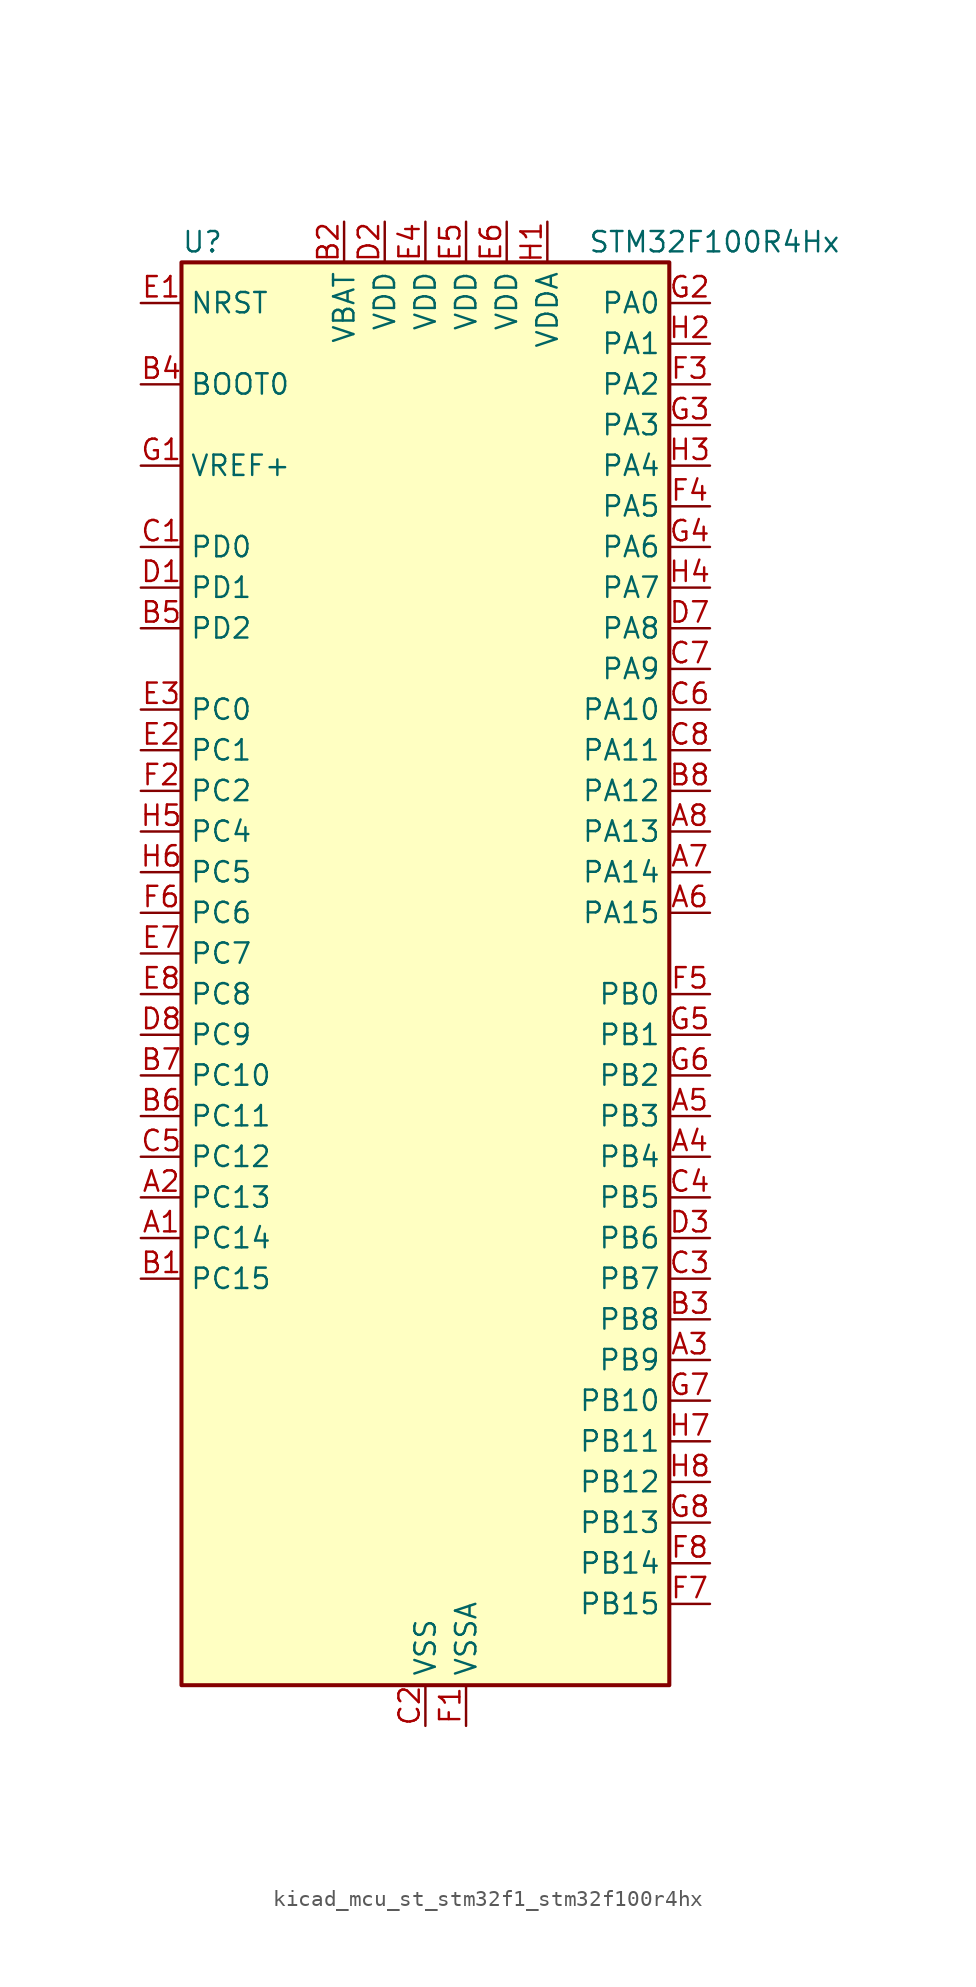
<source format=kicad_sym>
(kicad_symbol_lib
  (version 20220914)
  (generator kicad_symbol_editor)
  (symbol "kicad_mcu_st_stm32f1_stm32f100r4hx"
    (property "Reference" "U"
      (at -15.24 46.99 0)
      (effects (font (size 1.27 1.27)) (justify left)))
    (property "Value" "STM32F100R4Hx"
      (at 10.16 46.99 0)
      (effects (font (size 1.27 1.27)) (justify left)))
    (property "ki_locked" ""
      (at 0 0 0)
      (effects (font (size 1.27 1.27))))
    (symbol "kicad_mcu_st_stm32f1_stm32f100r4hx_0_1"
      (rectangle (start -15.24 -43.18) (end 15.24 45.72) (stroke (width 0.254) (type default)) (fill (type background))))
    (symbol "kicad_mcu_st_stm32f1_stm32f100r4hx_1_1"
      (pin bidirectional line (at -17.78 -15.24 0) (length 2.54) (name "PC14" (effects (font (size 1.27 1.27)))) (number "A1" (effects (font (size 1.27 1.27)))) (alternate "RCC_OSC32_IN" bidirectional line))
      (pin bidirectional line (at -17.78 -12.7 0) (length 2.54) (name "PC13" (effects (font (size 1.27 1.27)))) (number "A2" (effects (font (size 1.27 1.27)))) (alternate "RTC_OUT" bidirectional line) (alternate "RTC_TAMPER" bidirectional line))
      (pin bidirectional line (at 17.78 -22.86 180) (length 2.54) (name "PB9" (effects (font (size 1.27 1.27)))) (number "A3" (effects (font (size 1.27 1.27)))) (alternate "DAC_EXTI9" bidirectional line) (alternate "I2C1_SDA" bidirectional line) (alternate "TIM17_CH1" bidirectional line))
      (pin bidirectional line (at 17.78 -10.16 180) (length 2.54) (name "PB4" (effects (font (size 1.27 1.27)))) (number "A4" (effects (font (size 1.27 1.27)))) (alternate "SPI1_MISO" bidirectional line) (alternate "SYS_NJTRST" bidirectional line) (alternate "TIM3_CH1" bidirectional line))
      (pin bidirectional line (at 17.78 -7.62 180) (length 2.54) (name "PB3" (effects (font (size 1.27 1.27)))) (number "A5" (effects (font (size 1.27 1.27)))) (alternate "SPI1_SCK" bidirectional line) (alternate "SYS_JTDO-TRACESWO" bidirectional line) (alternate "TIM2_CH2" bidirectional line))
      (pin bidirectional line (at 17.78 5.08 180) (length 2.54) (name "PA15" (effects (font (size 1.27 1.27)))) (number "A6" (effects (font (size 1.27 1.27)))) (alternate "ADC1_EXTI15" bidirectional line) (alternate "SPI1_NSS" bidirectional line) (alternate "SYS_JTDI" bidirectional line) (alternate "TIM2_CH1" bidirectional line) (alternate "TIM2_ETR" bidirectional line))
      (pin bidirectional line (at 17.78 7.62 180) (length 2.54) (name "PA14" (effects (font (size 1.27 1.27)))) (number "A7" (effects (font (size 1.27 1.27)))) (alternate "SYS_JTCK-SWCLK" bidirectional line))
      (pin bidirectional line (at 17.78 10.16 180) (length 2.54) (name "PA13" (effects (font (size 1.27 1.27)))) (number "A8" (effects (font (size 1.27 1.27)))) (alternate "SYS_JTMS-SWDIO" bidirectional line))
      (pin bidirectional line (at -17.78 -17.78 0) (length 2.54) (name "PC15" (effects (font (size 1.27 1.27)))) (number "B1" (effects (font (size 1.27 1.27)))) (alternate "ADC1_EXTI15" bidirectional line) (alternate "RCC_OSC32_OUT" bidirectional line))
      (pin power_in line (at -5.08 48.26 270) (length 2.54) (name "VBAT" (effects (font (size 1.27 1.27)))) (number "B2" (effects (font (size 1.27 1.27)))))
      (pin bidirectional line (at 17.78 -20.32 180) (length 2.54) (name "PB8" (effects (font (size 1.27 1.27)))) (number "B3" (effects (font (size 1.27 1.27)))) (alternate "CEC" bidirectional line) (alternate "I2C1_SCL" bidirectional line) (alternate "TIM16_CH1" bidirectional line))
      (pin input line (at -17.78 38.1 0) (length 2.54) (name "BOOT0" (effects (font (size 1.27 1.27)))) (number "B4" (effects (font (size 1.27 1.27)))))
      (pin bidirectional line (at -17.78 22.86 0) (length 2.54) (name "PD2" (effects (font (size 1.27 1.27)))) (number "B5" (effects (font (size 1.27 1.27)))) (alternate "TIM3_ETR" bidirectional line))
      (pin bidirectional line (at -17.78 -7.62 0) (length 2.54) (name "PC11" (effects (font (size 1.27 1.27)))) (number "B6" (effects (font (size 1.27 1.27)))) (alternate "ADC1_EXTI11" bidirectional line))
      (pin bidirectional line (at -17.78 -5.08 0) (length 2.54) (name "PC10" (effects (font (size 1.27 1.27)))) (number "B7" (effects (font (size 1.27 1.27)))))
      (pin bidirectional line (at 17.78 12.7 180) (length 2.54) (name "PA12" (effects (font (size 1.27 1.27)))) (number "B8" (effects (font (size 1.27 1.27)))) (alternate "TIM1_ETR" bidirectional line) (alternate "USART1_RTS" bidirectional line))
      (pin bidirectional line (at -17.78 27.94 0) (length 2.54) (name "PD0" (effects (font (size 1.27 1.27)))) (number "C1" (effects (font (size 1.27 1.27)))) (alternate "RCC_OSC_IN" bidirectional line))
      (pin power_in line (at 0 -45.72 90) (length 2.54) (name "VSS" (effects (font (size 1.27 1.27)))) (number "C2" (effects (font (size 1.27 1.27)))))
      (pin bidirectional line (at 17.78 -17.78 180) (length 2.54) (name "PB7" (effects (font (size 1.27 1.27)))) (number "C3" (effects (font (size 1.27 1.27)))) (alternate "I2C1_SDA" bidirectional line) (alternate "TIM17_CH1N" bidirectional line) (alternate "USART1_RX" bidirectional line))
      (pin bidirectional line (at 17.78 -12.7 180) (length 2.54) (name "PB5" (effects (font (size 1.27 1.27)))) (number "C4" (effects (font (size 1.27 1.27)))) (alternate "I2C1_SMBA" bidirectional line) (alternate "SPI1_MOSI" bidirectional line) (alternate "TIM16_BKIN" bidirectional line) (alternate "TIM3_CH2" bidirectional line))
      (pin bidirectional line (at -17.78 -10.16 0) (length 2.54) (name "PC12" (effects (font (size 1.27 1.27)))) (number "C5" (effects (font (size 1.27 1.27)))))
      (pin bidirectional line (at 17.78 17.78 180) (length 2.54) (name "PA10" (effects (font (size 1.27 1.27)))) (number "C6" (effects (font (size 1.27 1.27)))) (alternate "TIM17_BKIN" bidirectional line) (alternate "TIM1_CH3" bidirectional line) (alternate "USART1_RX" bidirectional line))
      (pin bidirectional line (at 17.78 20.32 180) (length 2.54) (name "PA9" (effects (font (size 1.27 1.27)))) (number "C7" (effects (font (size 1.27 1.27)))) (alternate "DAC_EXTI9" bidirectional line) (alternate "TIM15_BKIN" bidirectional line) (alternate "TIM1_CH2" bidirectional line) (alternate "USART1_TX" bidirectional line))
      (pin bidirectional line (at 17.78 15.24 180) (length 2.54) (name "PA11" (effects (font (size 1.27 1.27)))) (number "C8" (effects (font (size 1.27 1.27)))) (alternate "ADC1_EXTI11" bidirectional line) (alternate "TIM1_CH4" bidirectional line) (alternate "USART1_CTS" bidirectional line))
      (pin bidirectional line (at -17.78 25.4 0) (length 2.54) (name "PD1" (effects (font (size 1.27 1.27)))) (number "D1" (effects (font (size 1.27 1.27)))) (alternate "RCC_OSC_OUT" bidirectional line))
      (pin power_in line (at -2.54 48.26 270) (length 2.54) (name "VDD" (effects (font (size 1.27 1.27)))) (number "D2" (effects (font (size 1.27 1.27)))))
      (pin bidirectional line (at 17.78 -15.24 180) (length 2.54) (name "PB6" (effects (font (size 1.27 1.27)))) (number "D3" (effects (font (size 1.27 1.27)))) (alternate "I2C1_SCL" bidirectional line) (alternate "TIM16_CH1N" bidirectional line) (alternate "USART1_TX" bidirectional line))
      (pin passive line (at 0 -45.72 90) (length 2.54) hide (name "VSS" (effects (font (size 1.27 1.27)))) (number "D4" (effects (font (size 1.27 1.27)))))
      (pin passive line (at 0 -45.72 90) (length 2.54) hide (name "VSS" (effects (font (size 1.27 1.27)))) (number "D5" (effects (font (size 1.27 1.27)))))
      (pin passive line (at 0 -45.72 90) (length 2.54) hide (name "VSS" (effects (font (size 1.27 1.27)))) (number "D6" (effects (font (size 1.27 1.27)))))
      (pin bidirectional line (at 17.78 22.86 180) (length 2.54) (name "PA8" (effects (font (size 1.27 1.27)))) (number "D7" (effects (font (size 1.27 1.27)))) (alternate "RCC_MCO" bidirectional line) (alternate "TIM1_CH1" bidirectional line) (alternate "USART1_CK" bidirectional line))
      (pin bidirectional line (at -17.78 -2.54 0) (length 2.54) (name "PC9" (effects (font (size 1.27 1.27)))) (number "D8" (effects (font (size 1.27 1.27)))) (alternate "DAC_EXTI9" bidirectional line) (alternate "TIM3_CH4" bidirectional line))
      (pin input line (at -17.78 43.18 0) (length 2.54) (name "NRST" (effects (font (size 1.27 1.27)))) (number "E1" (effects (font (size 1.27 1.27)))))
      (pin bidirectional line (at -17.78 15.24 0) (length 2.54) (name "PC1" (effects (font (size 1.27 1.27)))) (number "E2" (effects (font (size 1.27 1.27)))) (alternate "ADC1_IN11" bidirectional line))
      (pin bidirectional line (at -17.78 17.78 0) (length 2.54) (name "PC0" (effects (font (size 1.27 1.27)))) (number "E3" (effects (font (size 1.27 1.27)))) (alternate "ADC1_IN10" bidirectional line))
      (pin power_in line (at 0 48.26 270) (length 2.54) (name "VDD" (effects (font (size 1.27 1.27)))) (number "E4" (effects (font (size 1.27 1.27)))))
      (pin power_in line (at 2.54 48.26 270) (length 2.54) (name "VDD" (effects (font (size 1.27 1.27)))) (number "E5" (effects (font (size 1.27 1.27)))))
      (pin power_in line (at 5.08 48.26 270) (length 2.54) (name "VDD" (effects (font (size 1.27 1.27)))) (number "E6" (effects (font (size 1.27 1.27)))))
      (pin bidirectional line (at -17.78 2.54 0) (length 2.54) (name "PC7" (effects (font (size 1.27 1.27)))) (number "E7" (effects (font (size 1.27 1.27)))) (alternate "TIM3_CH2" bidirectional line))
      (pin bidirectional line (at -17.78 0 0) (length 2.54) (name "PC8" (effects (font (size 1.27 1.27)))) (number "E8" (effects (font (size 1.27 1.27)))) (alternate "TIM3_CH3" bidirectional line))
      (pin power_in line (at 2.54 -45.72 90) (length 2.54) (name "VSSA" (effects (font (size 1.27 1.27)))) (number "F1" (effects (font (size 1.27 1.27)))))
      (pin bidirectional line (at -17.78 12.7 0) (length 2.54) (name "PC2" (effects (font (size 1.27 1.27)))) (number "F2" (effects (font (size 1.27 1.27)))) (alternate "ADC1_IN12" bidirectional line))
      (pin bidirectional line (at 17.78 38.1 180) (length 2.54) (name "PA2" (effects (font (size 1.27 1.27)))) (number "F3" (effects (font (size 1.27 1.27)))) (alternate "ADC1_IN2" bidirectional line) (alternate "TIM15_CH1" bidirectional line) (alternate "TIM2_CH3" bidirectional line) (alternate "USART2_TX" bidirectional line))
      (pin bidirectional line (at 17.78 30.48 180) (length 2.54) (name "PA5" (effects (font (size 1.27 1.27)))) (number "F4" (effects (font (size 1.27 1.27)))) (alternate "ADC1_IN5" bidirectional line) (alternate "DAC_OUT2" bidirectional line) (alternate "SPI1_SCK" bidirectional line))
      (pin bidirectional line (at 17.78 0 180) (length 2.54) (name "PB0" (effects (font (size 1.27 1.27)))) (number "F5" (effects (font (size 1.27 1.27)))) (alternate "ADC1_IN8" bidirectional line) (alternate "TIM1_CH2N" bidirectional line) (alternate "TIM3_CH3" bidirectional line))
      (pin bidirectional line (at -17.78 5.08 0) (length 2.54) (name "PC6" (effects (font (size 1.27 1.27)))) (number "F6" (effects (font (size 1.27 1.27)))) (alternate "TIM3_CH1" bidirectional line))
      (pin bidirectional line (at 17.78 -38.1 180) (length 2.54) (name "PB15" (effects (font (size 1.27 1.27)))) (number "F7" (effects (font (size 1.27 1.27)))) (alternate "ADC1_EXTI15" bidirectional line) (alternate "TIM15_CH1N" bidirectional line) (alternate "TIM15_CH2" bidirectional line) (alternate "TIM1_CH3N" bidirectional line))
      (pin bidirectional line (at 17.78 -35.56 180) (length 2.54) (name "PB14" (effects (font (size 1.27 1.27)))) (number "F8" (effects (font (size 1.27 1.27)))) (alternate "TIM15_CH1" bidirectional line) (alternate "TIM1_CH2N" bidirectional line))
      (pin input line (at -17.78 33.02 0) (length 2.54) (name "VREF+" (effects (font (size 1.27 1.27)))) (number "G1" (effects (font (size 1.27 1.27)))))
      (pin bidirectional line (at 17.78 43.18 180) (length 2.54) (name "PA0" (effects (font (size 1.27 1.27)))) (number "G2" (effects (font (size 1.27 1.27)))) (alternate "ADC1_IN0" bidirectional line) (alternate "SYS_WKUP" bidirectional line) (alternate "TIM2_CH1" bidirectional line) (alternate "TIM2_ETR" bidirectional line) (alternate "USART2_CTS" bidirectional line))
      (pin bidirectional line (at 17.78 35.56 180) (length 2.54) (name "PA3" (effects (font (size 1.27 1.27)))) (number "G3" (effects (font (size 1.27 1.27)))) (alternate "ADC1_IN3" bidirectional line) (alternate "TIM15_CH2" bidirectional line) (alternate "TIM2_CH4" bidirectional line) (alternate "USART2_RX" bidirectional line))
      (pin bidirectional line (at 17.78 27.94 180) (length 2.54) (name "PA6" (effects (font (size 1.27 1.27)))) (number "G4" (effects (font (size 1.27 1.27)))) (alternate "ADC1_IN6" bidirectional line) (alternate "SPI1_MISO" bidirectional line) (alternate "TIM16_CH1" bidirectional line) (alternate "TIM1_BKIN" bidirectional line) (alternate "TIM3_CH1" bidirectional line))
      (pin bidirectional line (at 17.78 -2.54 180) (length 2.54) (name "PB1" (effects (font (size 1.27 1.27)))) (number "G5" (effects (font (size 1.27 1.27)))) (alternate "ADC1_IN9" bidirectional line) (alternate "TIM1_CH3N" bidirectional line) (alternate "TIM3_CH4" bidirectional line))
      (pin bidirectional line (at 17.78 -5.08 180) (length 2.54) (name "PB2" (effects (font (size 1.27 1.27)))) (number "G6" (effects (font (size 1.27 1.27)))))
      (pin bidirectional line (at 17.78 -25.4 180) (length 2.54) (name "PB10" (effects (font (size 1.27 1.27)))) (number "G7" (effects (font (size 1.27 1.27)))) (alternate "CEC" bidirectional line) (alternate "TIM2_CH3" bidirectional line))
      (pin bidirectional line (at 17.78 -33.02 180) (length 2.54) (name "PB13" (effects (font (size 1.27 1.27)))) (number "G8" (effects (font (size 1.27 1.27)))) (alternate "TIM1_CH1N" bidirectional line))
      (pin power_in line (at 7.62 48.26 270) (length 2.54) (name "VDDA" (effects (font (size 1.27 1.27)))) (number "H1" (effects (font (size 1.27 1.27)))))
      (pin bidirectional line (at 17.78 40.64 180) (length 2.54) (name "PA1" (effects (font (size 1.27 1.27)))) (number "H2" (effects (font (size 1.27 1.27)))) (alternate "ADC1_IN1" bidirectional line) (alternate "TIM2_CH2" bidirectional line) (alternate "USART2_RTS" bidirectional line))
      (pin bidirectional line (at 17.78 33.02 180) (length 2.54) (name "PA4" (effects (font (size 1.27 1.27)))) (number "H3" (effects (font (size 1.27 1.27)))) (alternate "ADC1_IN4" bidirectional line) (alternate "DAC_OUT1" bidirectional line) (alternate "SPI1_NSS" bidirectional line) (alternate "USART2_CK" bidirectional line))
      (pin bidirectional line (at 17.78 25.4 180) (length 2.54) (name "PA7" (effects (font (size 1.27 1.27)))) (number "H4" (effects (font (size 1.27 1.27)))) (alternate "ADC1_IN7" bidirectional line) (alternate "SPI1_MOSI" bidirectional line) (alternate "TIM17_CH1" bidirectional line) (alternate "TIM1_CH1N" bidirectional line) (alternate "TIM3_CH2" bidirectional line))
      (pin bidirectional line (at -17.78 10.16 0) (length 2.54) (name "PC4" (effects (font (size 1.27 1.27)))) (number "H5" (effects (font (size 1.27 1.27)))) (alternate "ADC1_IN14" bidirectional line))
      (pin bidirectional line (at -17.78 7.62 0) (length 2.54) (name "PC5" (effects (font (size 1.27 1.27)))) (number "H6" (effects (font (size 1.27 1.27)))) (alternate "ADC1_IN15" bidirectional line))
      (pin bidirectional line (at 17.78 -27.94 180) (length 2.54) (name "PB11" (effects (font (size 1.27 1.27)))) (number "H7" (effects (font (size 1.27 1.27)))) (alternate "ADC1_EXTI11" bidirectional line) (alternate "TIM2_CH4" bidirectional line))
      (pin bidirectional line (at 17.78 -30.48 180) (length 2.54) (name "PB12" (effects (font (size 1.27 1.27)))) (number "H8" (effects (font (size 1.27 1.27)))) (alternate "TIM1_BKIN" bidirectional line)))))
</source>
